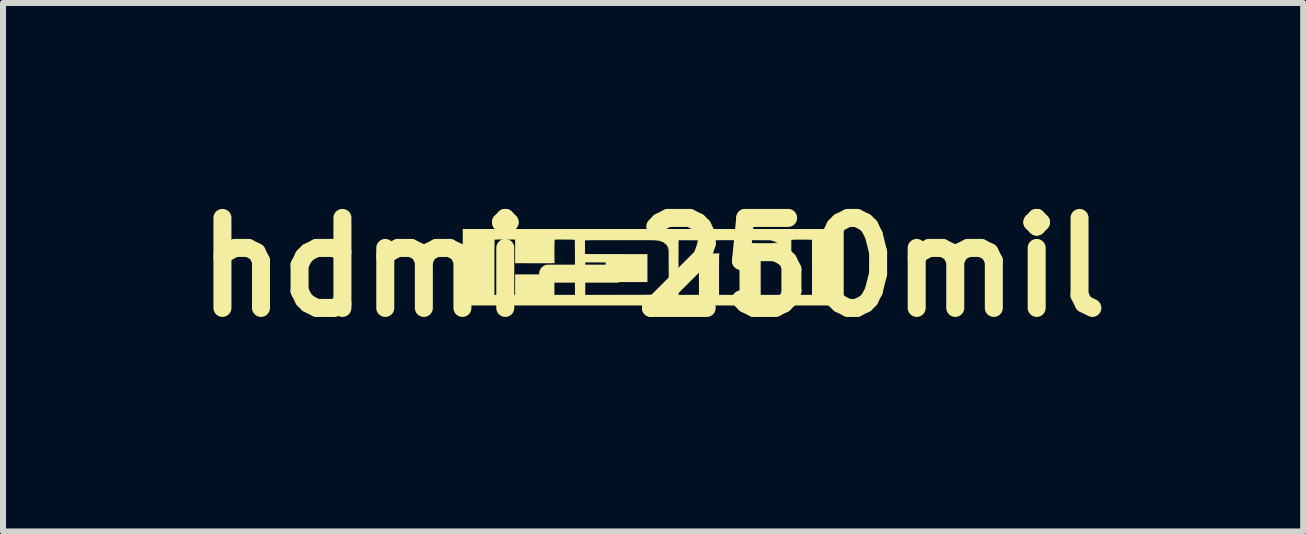
<source format=kicad_pcb>
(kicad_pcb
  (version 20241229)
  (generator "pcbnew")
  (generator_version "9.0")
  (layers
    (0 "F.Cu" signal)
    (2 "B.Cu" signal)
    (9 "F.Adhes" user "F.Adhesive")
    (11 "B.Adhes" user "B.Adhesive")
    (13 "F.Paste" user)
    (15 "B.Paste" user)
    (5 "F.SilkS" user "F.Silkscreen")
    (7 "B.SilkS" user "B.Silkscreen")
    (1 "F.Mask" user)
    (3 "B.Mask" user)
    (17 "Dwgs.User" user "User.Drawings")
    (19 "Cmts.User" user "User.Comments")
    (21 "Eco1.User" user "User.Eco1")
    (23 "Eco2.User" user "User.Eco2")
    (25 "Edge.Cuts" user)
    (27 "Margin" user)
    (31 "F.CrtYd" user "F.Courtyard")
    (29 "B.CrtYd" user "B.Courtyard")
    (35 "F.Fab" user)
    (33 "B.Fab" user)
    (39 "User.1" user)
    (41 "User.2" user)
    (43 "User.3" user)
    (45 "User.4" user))
  (footprint "hdmi-250mil"
    (layer "F.Cu")
    (at 7.836 1.404)
    (property "Reference" "hdmi-250mil" (at 0 0 0) (layer "F.SilkS") (effects (font (size 1.5 1.5) (thickness 0.3))))
    (attr board_only exclude_from_pos_files exclude_from_bom)
    (fp_poly (pts (xy -2.638 -0.456) (xy -2.64 -0.454) (xy -2.641 -0.456) (xy -2.64 -0.458)) (stroke (width 0) (type solid)) (fill yes) (layer "F.SilkS"))
    (fp_poly (pts (xy -1.641 0.097) (xy -1.643 0.099) (xy -1.645 0.097) (xy -1.643 0.095)) (stroke (width 0) (type solid)) (fill yes) (layer "F.SilkS"))
    (fp_poly (pts (xy -1.634 0.104) (xy -1.636 0.106) (xy -1.638 0.104) (xy -1.636 0.102)) (stroke (width 0) (type solid)) (fill yes) (layer "F.SilkS"))
    (fp_poly (pts (xy -1.631 -0.449) (xy -1.632 -0.447) (xy -1.634 -0.449) (xy -1.632 -0.451)) (stroke (width 0) (type solid)) (fill yes) (layer "F.SilkS"))
    (fp_poly (pts (xy -1.627 0.1) (xy -1.629 0.102) (xy -1.631 0.1) (xy -1.629 0.099)) (stroke (width 0) (type solid)) (fill yes) (layer "F.SilkS"))
    (fp_poly (pts (xy -1.627 0.118) (xy -1.629 0.12) (xy -1.631 0.118) (xy -1.629 0.116)) (stroke (width 0) (type solid)) (fill yes) (layer "F.SilkS"))
    (fp_poly (pts (xy -1.131 -0.446) (xy -1.132 -0.444) (xy -1.134 -0.446) (xy -1.132 -0.447)) (stroke (width 0) (type solid)) (fill yes) (layer "F.SilkS"))
    (fp_poly (pts (xy -1.131 -0.224) (xy -1.132 -0.222) (xy -1.134 -0.224) (xy -1.132 -0.225)) (stroke (width 0) (type solid)) (fill yes) (layer "F.SilkS"))
    (fp_poly (pts (xy -1.127 -0.234) (xy -1.129 -0.232) (xy -1.131 -0.234) (xy -1.129 -0.236)) (stroke (width 0) (type solid)) (fill yes) (layer "F.SilkS"))
    (fp_poly (pts (xy -1.123 -0.227) (xy -1.125 -0.225) (xy -1.127 -0.227) (xy -1.125 -0.229)) (stroke (width 0) (type solid)) (fill yes) (layer "F.SilkS"))
    (fp_poly (pts (xy -1.123 -0.076) (xy -1.125 -0.074) (xy -1.127 -0.076) (xy -1.125 -0.077)) (stroke (width 0) (type solid)) (fill yes) (layer "F.SilkS"))
    (fp_poly (pts (xy -1.12 -0.238) (xy -1.122 -0.236) (xy -1.123 -0.238) (xy -1.122 -0.239)) (stroke (width 0) (type solid)) (fill yes) (layer "F.SilkS"))
    (fp_poly (pts (xy -0.796 0.255) (xy -0.798 0.257) (xy -0.799 0.255) (xy -0.798 0.254)) (stroke (width 0) (type solid)) (fill yes) (layer "F.SilkS"))
    (fp_poly (pts (xy -0.099 0.262) (xy -0.1 0.264) (xy -0.102 0.262) (xy -0.1 0.261)) (stroke (width 0) (type solid)) (fill yes) (layer "F.SilkS"))
    (fp_poly (pts (xy -0.095 0.255) (xy -0.097 0.257) (xy -0.099 0.255) (xy -0.097 0.254)) (stroke (width 0) (type solid)) (fill yes) (layer "F.SilkS"))
    (fp_poly (pts (xy -0.088 -0.227) (xy -0.09 -0.225) (xy -0.092 -0.227) (xy -0.09 -0.229)) (stroke (width 0) (type solid)) (fill yes) (layer "F.SilkS"))
    (fp_poly (pts (xy -0.088 0.241) (xy -0.09 0.243) (xy -0.092 0.241) (xy -0.09 0.239)) (stroke (width 0) (type solid)) (fill yes) (layer "F.SilkS"))
    (fp_poly (pts (xy -0.085 -0.234) (xy -0.086 -0.232) (xy -0.088 -0.234) (xy -0.086 -0.236)) (stroke (width 0) (type solid)) (fill yes) (layer "F.SilkS"))
    (fp_poly (pts (xy -0.085 0.252) (xy -0.086 0.254) (xy -0.088 0.252) (xy -0.086 0.25)) (stroke (width 0) (type solid)) (fill yes) (layer "F.SilkS"))
    (fp_poly (pts (xy 0.046 -0.446) (xy 0.044 -0.444) (xy 0.042 -0.446) (xy 0.044 -0.447)) (stroke (width 0) (type solid)) (fill yes) (layer "F.SilkS"))
    (fp_poly (pts (xy 0.053 -0.442) (xy 0.051 -0.44) (xy 0.049 -0.442) (xy 0.051 -0.444)) (stroke (width 0) (type solid)) (fill yes) (layer "F.SilkS"))
    (fp_poly (pts (xy 0.102 -0.428) (xy 0.1 -0.426) (xy 0.099 -0.428) (xy 0.1 -0.43)) (stroke (width 0) (type solid)) (fill yes) (layer "F.SilkS"))
    (fp_poly (pts (xy 0.102 -0.414) (xy 0.1 -0.412) (xy 0.099 -0.414) (xy 0.1 -0.416)) (stroke (width 0) (type solid)) (fill yes) (layer "F.SilkS"))
    (fp_poly (pts (xy 0.102 0.438) (xy 0.1 0.44) (xy 0.099 0.438) (xy 0.1 0.437)) (stroke (width 0) (type solid)) (fill yes) (layer "F.SilkS"))
    (fp_poly (pts (xy 0.109 -0.414) (xy 0.107 -0.412) (xy 0.106 -0.414) (xy 0.107 -0.416)) (stroke (width 0) (type solid)) (fill yes) (layer "F.SilkS"))
    (fp_poly (pts (xy 0.116 0.442) (xy 0.114 0.444) (xy 0.113 0.442) (xy 0.114 0.44)) (stroke (width 0) (type solid)) (fill yes) (layer "F.SilkS"))
    (fp_poly (pts (xy 0.12 0.435) (xy 0.118 0.437) (xy 0.116 0.435) (xy 0.118 0.433)) (stroke (width 0) (type solid)) (fill yes) (layer "F.SilkS"))
    (fp_poly (pts (xy 0.13 -0.424) (xy 0.129 -0.423) (xy 0.127 -0.424) (xy 0.129 -0.426)) (stroke (width 0) (type solid)) (fill yes) (layer "F.SilkS"))
    (fp_poly (pts (xy 0.13 0.442) (xy 0.129 0.444) (xy 0.127 0.442) (xy 0.129 0.44)) (stroke (width 0) (type solid)) (fill yes) (layer "F.SilkS"))
    (fp_poly (pts (xy 0.134 0.435) (xy 0.132 0.437) (xy 0.13 0.435) (xy 0.132 0.433)) (stroke (width 0) (type solid)) (fill yes) (layer "F.SilkS"))
    (fp_poly (pts (xy 0.137 0.442) (xy 0.136 0.444) (xy 0.134 0.442) (xy 0.136 0.44)) (stroke (width 0) (type solid)) (fill yes) (layer "F.SilkS"))
    (fp_poly (pts (xy 0.144 -0.424) (xy 0.143 -0.423) (xy 0.141 -0.424) (xy 0.143 -0.426)) (stroke (width 0) (type solid)) (fill yes) (layer "F.SilkS"))
    (fp_poly (pts (xy 0.18 0.414) (xy 0.178 0.416) (xy 0.176 0.414) (xy 0.178 0.412)) (stroke (width 0) (type solid)) (fill yes) (layer "F.SilkS"))
    (fp_poly (pts (xy 0.19 0.407) (xy 0.188 0.409) (xy 0.187 0.407) (xy 0.188 0.405)) (stroke (width 0) (type solid)) (fill yes) (layer "F.SilkS"))
    (fp_poly (pts (xy 0.194 0.414) (xy 0.192 0.416) (xy 0.19 0.414) (xy 0.192 0.412)) (stroke (width 0) (type solid)) (fill yes) (layer "F.SilkS"))
    (fp_poly (pts (xy 0.211 -0.361) (xy 0.21 -0.359) (xy 0.208 -0.361) (xy 0.21 -0.363)) (stroke (width 0) (type solid)) (fill yes) (layer "F.SilkS"))
    (fp_poly (pts (xy 0.239 -0.276) (xy 0.238 -0.275) (xy 0.236 -0.276) (xy 0.238 -0.278)) (stroke (width 0) (type solid)) (fill yes) (layer "F.SilkS"))
    (fp_poly (pts (xy 0.239 0.301) (xy 0.238 0.303) (xy 0.236 0.301) (xy 0.238 0.299)) (stroke (width 0) (type solid)) (fill yes) (layer "F.SilkS"))
    (fp_poly (pts (xy 0.243 -0.298) (xy 0.241 -0.296) (xy 0.239 -0.298) (xy 0.241 -0.299)) (stroke (width 0) (type solid)) (fill yes) (layer "F.SilkS"))
    (fp_poly (pts (xy 0.247 -0.315) (xy 0.245 -0.313) (xy 0.243 -0.315) (xy 0.245 -0.317)) (stroke (width 0) (type solid)) (fill yes) (layer "F.SilkS"))
    (fp_poly (pts (xy 0.247 0.298) (xy 0.245 0.299) (xy 0.243 0.298) (xy 0.245 0.296)) (stroke (width 0) (type solid)) (fill yes) (layer "F.SilkS"))
    (fp_poly (pts (xy 0.247 0.322) (xy 0.245 0.324) (xy 0.243 0.322) (xy 0.245 0.32)) (stroke (width 0) (type solid)) (fill yes) (layer "F.SilkS"))
    (fp_poly (pts (xy 0.247 0.336) (xy 0.245 0.338) (xy 0.243 0.336) (xy 0.245 0.335)) (stroke (width 0) (type solid)) (fill yes) (layer "F.SilkS"))
    (fp_poly (pts (xy 0.25 0.329) (xy 0.248 0.331) (xy 0.247 0.329) (xy 0.248 0.328)) (stroke (width 0) (type solid)) (fill yes) (layer "F.SilkS"))
    (fp_poly (pts (xy 0.747 -0.238) (xy 0.745 -0.236) (xy 0.743 -0.238) (xy 0.745 -0.239)) (stroke (width 0) (type solid)) (fill yes) (layer "F.SilkS"))
    (fp_poly (pts (xy 0.754 -0.241) (xy 0.752 -0.239) (xy 0.75 -0.241) (xy 0.752 -0.243)) (stroke (width 0) (type solid)) (fill yes) (layer "F.SilkS"))
    (fp_poly (pts (xy 0.754 -0.234) (xy 0.752 -0.232) (xy 0.75 -0.234) (xy 0.752 -0.236)) (stroke (width 0) (type solid)) (fill yes) (layer "F.SilkS"))
    (fp_poly (pts (xy 0.761 -0.238) (xy 0.759 -0.236) (xy 0.757 -0.238) (xy 0.759 -0.239)) (stroke (width 0) (type solid)) (fill yes) (layer "F.SilkS"))
    (fp_poly (pts (xy 1.423 -0.224) (xy 1.421 -0.222) (xy 1.419 -0.224) (xy 1.421 -0.225)) (stroke (width 0) (type solid)) (fill yes) (layer "F.SilkS"))
    (fp_poly (pts (xy 1.43 -0.241) (xy 1.428 -0.239) (xy 1.426 -0.241) (xy 1.428 -0.243)) (stroke (width 0) (type solid)) (fill yes) (layer "F.SilkS"))
    (fp_poly (pts (xy 1.789 -0.238) (xy 1.787 -0.236) (xy 1.786 -0.238) (xy 1.787 -0.239)) (stroke (width 0) (type solid)) (fill yes) (layer "F.SilkS"))
    (fp_poly (pts (xy 1.789 -0.231) (xy 1.787 -0.229) (xy 1.786 -0.231) (xy 1.787 -0.232)) (stroke (width 0) (type solid)) (fill yes) (layer "F.SilkS"))
    (fp_poly (pts (xy 1.796 -0.234) (xy 1.794 -0.232) (xy 1.793 -0.234) (xy 1.794 -0.236)) (stroke (width 0) (type solid)) (fill yes) (layer "F.SilkS"))
    (fp_poly (pts (xy 1.8 -0.224) (xy 1.798 -0.222) (xy 1.796 -0.224) (xy 1.798 -0.225)) (stroke (width 0) (type solid)) (fill yes) (layer "F.SilkS"))
    (fp_poly (pts (xy 1.803 -0.241) (xy 1.801 -0.239) (xy 1.8 -0.241) (xy 1.801 -0.243)) (stroke (width 0) (type solid)) (fill yes) (layer "F.SilkS"))
    (fp_poly (pts (xy 1.99 -0.431) (xy 1.988 -0.43) (xy 1.986 -0.431) (xy 1.988 -0.433)) (stroke (width 0) (type solid)) (fill yes) (layer "F.SilkS"))
    (fp_poly (pts (xy 1.993 -0.424) (xy 1.992 -0.423) (xy 1.99 -0.424) (xy 1.992 -0.426)) (stroke (width 0) (type solid)) (fill yes) (layer "F.SilkS"))
    (fp_poly (pts (xy 2.011 -0.417) (xy 2.009 -0.416) (xy 2.007 -0.417) (xy 2.009 -0.419)) (stroke (width 0) (type solid)) (fill yes) (layer "F.SilkS"))
    (fp_poly (pts (xy 2.018 -0.417) (xy 2.016 -0.416) (xy 2.015 -0.417) (xy 2.016 -0.419)) (stroke (width 0) (type solid)) (fill yes) (layer "F.SilkS"))
    (fp_poly (pts (xy 2.036 -0.417) (xy 2.034 -0.416) (xy 2.032 -0.417) (xy 2.034 -0.419)) (stroke (width 0) (type solid)) (fill yes) (layer "F.SilkS"))
    (fp_poly (pts (xy 2.043 -0.403) (xy 2.041 -0.401) (xy 2.039 -0.403) (xy 2.041 -0.405)) (stroke (width 0) (type solid)) (fill yes) (layer "F.SilkS"))
    (fp_poly (pts (xy 2.053 -0.41) (xy 2.052 -0.409) (xy 2.05 -0.41) (xy 2.052 -0.412)) (stroke (width 0) (type solid)) (fill yes) (layer "F.SilkS"))
    (fp_poly (pts (xy 2.057 -0.4) (xy 2.055 -0.398) (xy 2.053 -0.4) (xy 2.055 -0.401)) (stroke (width 0) (type solid)) (fill yes) (layer "F.SilkS"))
    (fp_poly (pts (xy 2.06 -0.389) (xy 2.059 -0.387) (xy 2.057 -0.389) (xy 2.059 -0.391)) (stroke (width 0) (type solid)) (fill yes) (layer "F.SilkS"))
    (fp_poly (pts (xy 2.067 -0.393) (xy 2.066 -0.391) (xy 2.064 -0.393) (xy 2.066 -0.394)) (stroke (width 0) (type solid)) (fill yes) (layer "F.SilkS"))
    (fp_poly (pts (xy 2.074 -0.393) (xy 2.073 -0.391) (xy 2.071 -0.393) (xy 2.073 -0.394)) (stroke (width 0) (type solid)) (fill yes) (layer "F.SilkS"))
    (fp_poly (pts (xy 2.074 -0.368) (xy 2.073 -0.366) (xy 2.071 -0.368) (xy 2.073 -0.37)) (stroke (width 0) (type solid)) (fill yes) (layer "F.SilkS"))
    (fp_poly (pts (xy 2.081 -0.368) (xy 2.08 -0.366) (xy 2.078 -0.368) (xy 2.08 -0.37)) (stroke (width 0) (type solid)) (fill yes) (layer "F.SilkS"))
    (fp_poly (pts (xy 2.081 -0.361) (xy 2.08 -0.359) (xy 2.078 -0.361) (xy 2.08 -0.363)) (stroke (width 0) (type solid)) (fill yes) (layer "F.SilkS"))
    (fp_poly (pts (xy 2.127 -0.308) (xy 2.125 -0.306) (xy 2.124 -0.308) (xy 2.125 -0.31)) (stroke (width 0) (type solid)) (fill yes) (layer "F.SilkS"))
    (fp_poly (pts (xy 2.127 -0.301) (xy 2.125 -0.299) (xy 2.124 -0.301) (xy 2.125 -0.303)) (stroke (width 0) (type solid)) (fill yes) (layer "F.SilkS"))
    (fp_poly (pts (xy 2.131 -0.284) (xy 2.129 -0.282) (xy 2.127 -0.284) (xy 2.129 -0.285)) (stroke (width 0) (type solid)) (fill yes) (layer "F.SilkS"))
    (fp_poly (pts (xy 2.131 -0.276) (xy 2.129 -0.275) (xy 2.127 -0.276) (xy 2.129 -0.278)) (stroke (width 0) (type solid)) (fill yes) (layer "F.SilkS"))
    (fp_poly (pts (xy 2.314 -0.442) (xy 2.312 -0.44) (xy 2.31 -0.442) (xy 2.312 -0.444)) (stroke (width 0) (type solid)) (fill yes) (layer "F.SilkS"))
    (fp_poly (pts (xy 2.641 -0.442) (xy 2.64 -0.44) (xy 2.638 -0.442) (xy 2.64 -0.444)) (stroke (width 0) (type solid)) (fill yes) (layer "F.SilkS"))
    (fp_poly (pts (xy -1.642 0.107) (xy -1.642 0.111) (xy -1.642 0.112) (xy -1.644 0.111) (xy -1.645 0.109) (xy -1.643 0.106)) (stroke (width 0) (type solid)) (fill yes) (layer "F.SilkS"))
    (fp_poly (pts (xy -0.079 -0.228) (xy -0.079 -0.226) (xy -0.081 -0.225) (xy -0.084 -0.227) (xy -0.083 -0.228) (xy -0.079 -0.228)) (stroke (width 0) (type solid)) (fill yes) (layer "F.SilkS"))
    (fp_poly (pts (xy 0.133 -0.418) (xy 0.132 -0.416) (xy 0.13 -0.416) (xy 0.127 -0.417) (xy 0.128 -0.418) (xy 0.132 -0.418)) (stroke (width 0) (type solid)) (fill yes) (layer "F.SilkS"))
    (fp_poly (pts (xy 0.242 0.308) (xy 0.241 0.31) (xy 0.239 0.31) (xy 0.237 0.309) (xy 0.237 0.308) (xy 0.241 0.307)) (stroke (width 0) (type solid)) (fill yes) (layer "F.SilkS"))
    (fp_poly (pts (xy 0.428 -0.446) (xy 0.429 -0.442) (xy 0.428 -0.441) (xy 0.426 -0.442) (xy 0.426 -0.444) (xy 0.427 -0.447)) (stroke (width 0) (type solid)) (fill yes) (layer "F.SilkS"))
    (fp_poly (pts (xy 1.992 -0.418) (xy 1.993 -0.414) (xy 1.992 -0.413) (xy 1.99 -0.414) (xy 1.99 -0.416) (xy 1.991 -0.418)) (stroke (width 0) (type solid)) (fill yes) (layer "F.SilkS"))
    (fp_poly (pts (xy 2.063 -0.404) (xy 2.063 -0.4) (xy 2.063 -0.399) (xy 2.061 -0.4) (xy 2.06 -0.401) (xy 2.062 -0.404)) (stroke (width 0) (type solid)) (fill yes) (layer "F.SilkS"))
    (fp_poly (pts (xy -1.638 0.118) (xy -1.634 0.121) (xy -1.635 0.123) (xy -1.636 0.123) (xy -1.639 0.121) (xy -1.64 0.119) (xy -1.64 0.117)) (stroke (width 0) (type solid)) (fill yes) (layer "F.SilkS"))
    (fp_poly (pts (xy -1.628 -0.069) (xy -1.624 -0.065) (xy -1.625 -0.063) (xy -1.625 -0.063) (xy -1.628 -0.066) (xy -1.629 -0.067) (xy -1.63 -0.07)) (stroke (width 0) (type solid)) (fill yes) (layer "F.SilkS"))
    (fp_poly (pts (xy -1.628 0.107) (xy -1.624 0.111) (xy -1.625 0.113) (xy -1.625 0.113) (xy -1.628 0.11) (xy -1.629 0.109) (xy -1.63 0.106)) (stroke (width 0) (type solid)) (fill yes) (layer "F.SilkS"))
    (fp_poly (pts (xy -0.804 0.259) (xy -0.8 0.262) (xy -0.801 0.264) (xy -0.801 0.264) (xy -0.804 0.262) (xy -0.805 0.26) (xy -0.806 0.258)) (stroke (width 0) (type solid)) (fill yes) (layer "F.SilkS"))
    (fp_poly (pts (xy 0.109 -0.434) (xy 0.11 -0.43) (xy 0.111 -0.424) (xy 0.109 -0.423) (xy 0.107 -0.428) (xy 0.106 -0.434) (xy 0.107 -0.435)) (stroke (width 0) (type solid)) (fill yes) (layer "F.SilkS"))
    (fp_poly (pts (xy 0.212 -0.378) (xy 0.213 -0.374) (xy 0.213 -0.373) (xy 0.21 -0.37) (xy 0.209 -0.374) (xy 0.209 -0.375) (xy 0.211 -0.378)) (stroke (width 0) (type solid)) (fill yes) (layer "F.SilkS"))
    (fp_poly (pts (xy 0.218 0.378) (xy 0.222 0.382) (xy 0.222 0.382) (xy 0.22 0.384) (xy 0.217 0.381) (xy 0.216 0.38) (xy 0.216 0.377)) (stroke (width 0) (type solid)) (fill yes) (layer "F.SilkS"))
    (fp_poly (pts (xy 0.746 -0.224) (xy 0.75 -0.221) (xy 0.75 -0.22) (xy 0.748 -0.218) (xy 0.745 -0.222) (xy 0.745 -0.222) (xy 0.744 -0.225)) (stroke (width 0) (type solid)) (fill yes) (layer "F.SilkS"))
    (fp_poly (pts (xy 1.087 -0.24) (xy 1.087 -0.238) (xy 1.086 -0.233) (xy 1.084 -0.235) (xy 1.083 -0.236) (xy 1.083 -0.24) (xy 1.084 -0.241)) (stroke (width 0) (type solid)) (fill yes) (layer "F.SilkS"))
    (fp_poly (pts (xy 1.436 -0.242) (xy 1.44 -0.238) (xy 1.44 -0.238) (xy 1.439 -0.236) (xy 1.435 -0.239) (xy 1.435 -0.24) (xy 1.434 -0.242)) (stroke (width 0) (type solid)) (fill yes) (layer "F.SilkS"))
    (fp_poly (pts (xy 1.81 -0.224) (xy 1.813 -0.221) (xy 1.814 -0.22) (xy 1.812 -0.218) (xy 1.809 -0.222) (xy 1.808 -0.222) (xy 1.808 -0.225)) (stroke (width 0) (type solid)) (fill yes) (layer "F.SilkS"))
    (fp_poly (pts (xy 2.074 -0.379) (xy 2.078 -0.376) (xy 2.078 -0.375) (xy 2.076 -0.373) (xy 2.073 -0.377) (xy 2.072 -0.377) (xy 2.072 -0.38)) (stroke (width 0) (type solid)) (fill yes) (layer "F.SilkS"))
    (fp_poly (pts (xy 2.084 -0.375) (xy 2.088 -0.372) (xy 2.088 -0.371) (xy 2.087 -0.37) (xy 2.083 -0.373) (xy 2.083 -0.374) (xy 2.082 -0.376)) (stroke (width 0) (type solid)) (fill yes) (layer "F.SilkS"))
    (fp_poly (pts (xy 2.088 -0.365) (xy 2.092 -0.362) (xy 2.092 -0.361) (xy 2.09 -0.359) (xy 2.087 -0.363) (xy 2.086 -0.363) (xy 2.086 -0.366)) (stroke (width 0) (type solid)) (fill yes) (layer "F.SilkS"))
    (fp_poly (pts (xy -0.795 0.24) (xy -0.798 0.243) (xy -0.803 0.249) (xy -0.806 0.249) (xy -0.804 0.245) (xy -0.8 0.239) (xy -0.797 0.238) (xy -0.793 0.237)) (stroke (width 0) (type solid)) (fill yes) (layer "F.SilkS"))
    (fp_poly (pts (xy -0.78 0.255) (xy -0.785 0.261) (xy -0.788 0.262) (xy -0.791 0.263) (xy -0.79 0.26) (xy -0.787 0.257) (xy -0.781 0.251) (xy -0.779 0.251)) (stroke (width 0) (type solid)) (fill yes) (layer "F.SilkS"))
    (fp_poly (pts (xy -0.093 -0.234) (xy -0.095 -0.232) (xy -0.1 -0.226) (xy -0.102 -0.226) (xy -0.102 -0.227) (xy -0.1 -0.23) (xy -0.096 -0.233) (xy -0.092 -0.236)) (stroke (width 0) (type solid)) (fill yes) (layer "F.SilkS"))
    (fp_poly (pts (xy -0.079 0.238) (xy -0.079 0.239) (xy -0.083 0.243) (xy -0.083 0.243) (xy -0.083 0.241) (xy -0.083 0.239) (xy -0.079 0.236) (xy -0.079 0.236)) (stroke (width 0) (type solid)) (fill yes) (layer "F.SilkS"))
    (fp_poly (pts (xy -0.075 0.249) (xy -0.076 0.25) (xy -0.079 0.253) (xy -0.08 0.254) (xy -0.08 0.251) (xy -0.079 0.25) (xy -0.076 0.247) (xy -0.075 0.247)) (stroke (width 0) (type solid)) (fill yes) (layer "F.SilkS"))
    (fp_poly (pts (xy 0.115 0.45) (xy 0.114 0.451) (xy 0.111 0.454) (xy 0.111 0.454) (xy 0.11 0.452) (xy 0.111 0.451) (xy 0.114 0.447) (xy 0.115 0.447)) (stroke (width 0) (type solid)) (fill yes) (layer "F.SilkS"))
    (fp_poly (pts (xy 0.164 0.41) (xy 0.162 0.413) (xy 0.157 0.418) (xy 0.155 0.418) (xy 0.155 0.418) (xy 0.157 0.415) (xy 0.161 0.412) (xy 0.165 0.409)) (stroke (width 0) (type solid)) (fill yes) (layer "F.SilkS"))
    (fp_poly (pts (xy 0.188 -0.399) (xy 0.188 -0.397) (xy 0.185 -0.395) (xy 0.185 -0.394) (xy 0.182 -0.397) (xy 0.182 -0.397) (xy 0.183 -0.4) (xy 0.185 -0.4)) (stroke (width 0) (type solid)) (fill yes) (layer "F.SilkS"))
    (fp_poly (pts (xy 0.221 -0.371) (xy 0.22 -0.37) (xy 0.217 -0.366) (xy 0.216 -0.366) (xy 0.216 -0.369) (xy 0.217 -0.37) (xy 0.22 -0.373) (xy 0.221 -0.373)) (stroke (width 0) (type solid)) (fill yes) (layer "F.SilkS"))
    (fp_poly (pts (xy 0.242 -0.311) (xy 0.246 -0.309) (xy 0.247 -0.308) (xy 0.244 -0.306) (xy 0.242 -0.305) (xy 0.238 -0.306) (xy 0.237 -0.308) (xy 0.24 -0.311)) (stroke (width 0) (type solid)) (fill yes) (layer "F.SilkS"))
    (fp_poly (pts (xy 0.242 0.33) (xy 0.241 0.331) (xy 0.238 0.334) (xy 0.237 0.335) (xy 0.237 0.332) (xy 0.238 0.331) (xy 0.241 0.328) (xy 0.242 0.328)) (stroke (width 0) (type solid)) (fill yes) (layer "F.SilkS"))
    (fp_poly (pts (xy 1.101 -0.241) (xy 1.101 -0.239) (xy 1.097 -0.236) (xy 1.097 -0.236) (xy 1.096 -0.238) (xy 1.097 -0.239) (xy 1.1 -0.243) (xy 1.101 -0.243)) (stroke (width 0) (type solid)) (fill yes) (layer "F.SilkS"))
    (fp_poly (pts (xy 1.803 -0.234) (xy 1.807 -0.231) (xy 1.807 -0.23) (xy 1.804 -0.229) (xy 1.803 -0.229) (xy 1.8 -0.232) (xy 1.8 -0.233) (xy 1.802 -0.235)) (stroke (width 0) (type solid)) (fill yes) (layer "F.SilkS"))
    (fp_poly (pts (xy 2.052 -0.39) (xy 2.052 -0.389) (xy 2.052 -0.384) (xy 2.051 -0.384) (xy 2.049 -0.386) (xy 2.047 -0.389) (xy 2.045 -0.392) (xy 2.047 -0.393)) (stroke (width 0) (type solid)) (fill yes) (layer "F.SilkS"))
    (fp_poly (pts (xy 2.101 -0.339) (xy 2.101 -0.338) (xy 2.097 -0.335) (xy 2.097 -0.335) (xy 2.097 -0.337) (xy 2.097 -0.338) (xy 2.101 -0.341) (xy 2.101 -0.342)) (stroke (width 0) (type solid)) (fill yes) (layer "F.SilkS"))
    (fp_poly (pts (xy 2.105 -0.35) (xy 2.104 -0.349) (xy 2.101 -0.345) (xy 2.1 -0.345) (xy 2.1 -0.347) (xy 2.101 -0.349) (xy 2.104 -0.352) (xy 2.105 -0.352)) (stroke (width 0) (type solid)) (fill yes) (layer "F.SilkS"))
    (fp_poly (pts (xy 2.112 -0.333) (xy 2.112 -0.332) (xy 2.106 -0.329) (xy 2.104 -0.329) (xy 2.1 -0.329) (xy 2.101 -0.33) (xy 2.106 -0.333) (xy 2.108 -0.333)) (stroke (width 0) (type solid)) (fill yes) (layer "F.SilkS"))
    (fp_poly (pts (xy 0.179 0.42) (xy 0.179 0.422) (xy 0.174 0.427) (xy 0.174 0.427) (xy 0.168 0.431) (xy 0.166 0.431) (xy 0.166 0.431) (xy 0.168 0.427) (xy 0.173 0.422) (xy 0.178 0.42)) (stroke (width 0) (type solid)) (fill yes) (layer "F.SilkS"))
    (fp_poly (pts (xy 0.252 -0.292) (xy 0.253 -0.289) (xy 0.252 -0.29) (xy 0.247 -0.29) (xy 0.244 -0.288) (xy 0.24 -0.286) (xy 0.239 -0.286) (xy 0.242 -0.29) (xy 0.244 -0.292) (xy 0.249 -0.294)) (stroke (width 0) (type solid)) (fill yes) (layer "F.SilkS"))
    (fp_poly (pts (xy -1.644 -0.055) (xy -1.64 -0.051) (xy -1.637 -0.052) (xy -1.635 -0.052) (xy -1.636 -0.05) (xy -1.638 -0.046) (xy -1.642 -0.048) (xy -1.644 -0.05) (xy -1.648 -0.056) (xy -1.648 -0.058) (xy -1.647 -0.058)) (stroke (width 0) (type solid)) (fill yes) (layer "F.SilkS"))
    (fp_poly (pts (xy 3.177 0) (xy 3.177 0.637) (xy 0.002 0.637) (xy -3.173 0.637) (xy -3.173 0.461) (xy -2.645 0.461) (xy -2.472 0.461) (xy -2.3 0.461) (xy -2.3 0.291) (xy -2.3 0.12) (xy -1.972 0.119) (xy -1.645 0.118) (xy -1.645 0.29) (xy -1.645 0.461) (xy -1.474 0.461) (xy -1.303 0.461) (xy -1.303 0) (xy -1.303 -0.074) (xy -1.303 -0.141) (xy -1.303 -0.201) (xy -1.303 -0.22) (xy -1.136 -0.22) (xy -0.615 -0.219) (xy -0.095 -0.218) (xy -0.095 0.014) (xy -0.095 0.247) (xy -0.44 0.247) (xy -0.489 0.247) (xy -0.536 0.246) (xy -0.58 0.246) (xy -0.621 0.246) (xy -0.659 0.246) (xy -0.693 0.246) (xy -0.722 0.246) (xy -0.747 0.246) (xy -0.766 0.246) (xy -0.779 0.246) (xy -0.786 0.246) (xy -0.787 0.246) (xy -0.788 0.242) (xy -0.788 0.232) (xy -0.788 0.217) (xy -0.789 0.196) (xy -0.789 0.171) (xy -0.789 0.143) (xy -0.79 0.112) (xy -0.79 0.083) (xy -0.791 -0.079) (xy -0.961 -0.08) (xy -1.131 -0.081) (xy -1.131 0.19) (xy -1.131 0.461) (xy -1.107 0.461) (xy 0.423 0.461) (xy 0.593 0.461) (xy 0.764 0.461) (xy 0.763 0.119) (xy 0.763 0.062) (xy 0.763 0.011) (xy 0.763 -0.033) (xy 0.763 -0.072) (xy 0.762 -0.105) (xy 0.762 -0.133) (xy 0.762 -0.156) (xy 0.762 -0.175) (xy 0.761 -0.19) (xy 0.761 -0.202) (xy 0.76 -0.211) (xy 0.76 -0.217) (xy 0.759 -0.22) (xy 0.758 -0.222) (xy 0.757 -0.223) (xy 0.754 -0.223) (xy 0.756 -0.225) (xy 0.759 -0.226) (xy 0.761 -0.226) (xy 0.762 -0.225) (xy 0.764 -0.227) (xy 0.768 -0.227) (xy 0.782 -0.228) (xy 0.802 -0.228) (xy 0.829 -0.229) (xy 0.861 -0.229) (xy 0.9 -0.229) (xy 0.928 -0.229) (xy 0.973 -0.229) (xy 1.011 -0.229) (xy 1.042 -0.23) (xy 1.066 -0.23) (xy 1.084 -0.231) (xy 1.096 -0.231) (xy 1.101 -0.232) (xy 1.101 -0.233) (xy 1.106 -0.234) (xy 1.109 -0.231) (xy 1.108 -0.227) (xy 1.108 -0.226) (xy 1.106 -0.227) (xy 1.106 -0.229) (xy 1.104 -0.231) (xy 1.102 -0.231) (xy 1.102 -0.227) (xy 1.101 -0.216) (xy 1.101 -0.198) (xy 1.1 -0.174) (xy 1.1 -0.144) (xy 1.1 -0.107) (xy 1.099 -0.063) (xy 1.099 -0.014) (xy 1.099 0.041) (xy 1.099 0.102) (xy 1.099 0.116) (xy 1.099 0.461) (xy 1.27 0.461) (xy 1.44 0.461) (xy 1.44 0.121) (xy 1.439 0.064) (xy 1.439 0.014) (xy 1.439 -0.03) (xy 1.439 -0.067) (xy 1.439 -0.1) (xy 1.439 -0.127) (xy 1.438 -0.15) (xy 1.438 -0.169) (xy 1.438 -0.184) (xy 1.437 -0.196) (xy 1.437 -0.205) (xy 1.436 -0.211) (xy 1.435 -0.215) (xy 1.435 -0.218) (xy 1.434 -0.219) (xy 1.433 -0.219) (xy 1.432 -0.219) (xy 1.427 -0.219) (xy 1.429 -0.221) (xy 1.431 -0.226) (xy 1.431 -0.23) (xy 1.432 -0.234) (xy 1.434 -0.234) (xy 1.436 -0.23) (xy 1.435 -0.229) (xy 1.436 -0.225) (xy 1.437 -0.224) (xy 1.44 -0.223) (xy 1.44 -0.224) (xy 1.444 -0.225) (xy 1.454 -0.225) (xy 1.469 -0.226) (xy 1.49 -0.226) (xy 1.515 -0.226) (xy 1.543 -0.226) (xy 1.575 -0.226) (xy 1.609 -0.226) (xy 1.617 -0.226) (xy 1.793 -0.225) (xy 1.793 0.118) (xy 1.793 0.461) (xy 1.965 0.461) (xy 2.138 0.461) (xy 2.303 0.461) (xy 2.476 0.461) (xy 2.648 0.461) (xy 2.648 0.004) (xy 2.648 -0.454) (xy 2.64 -0.453) (xy 2.634 -0.453) (xy 2.632 -0.456) (xy 2.63 -0.457) (xy 2.623 -0.458) (xy 2.611 -0.458) (xy 2.593 -0.459) (xy 2.569 -0.459) (xy 2.54 -0.459) (xy 2.503 -0.46) (xy 2.476 -0.46) (xy 2.435 -0.46) (xy 2.401 -0.459) (xy 2.374 -0.459) (xy 2.352 -0.459) (xy 2.336 -0.458) (xy 2.326 -0.457) (xy 2.321 -0.456) (xy 2.32 -0.456) (xy 2.318 -0.453) (xy 2.312 -0.453) (xy 2.303 -0.454) (xy 2.303 0.004) (xy 2.303 0.461) (xy 2.138 0.461) (xy 2.138 0.09) (xy 2.138 -0.282) (xy 2.13 -0.289) (xy 2.126 -0.294) (xy 2.126 -0.296) (xy 2.129 -0.295) (xy 2.133 -0.294) (xy 2.134 -0.297) (xy 2.133 -0.305) (xy 2.133 -0.305) (xy 2.129 -0.321) (xy 2.124 -0.333) (xy 2.119 -0.341) (xy 2.114 -0.344) (xy 2.114 -0.344) (xy 2.111 -0.343) (xy 2.112 -0.346) (xy 2.113 -0.347) (xy 2.115 -0.351) (xy 2.114 -0.352) (xy 2.11 -0.355) (xy 2.11 -0.357) (xy 2.107 -0.363) (xy 2.106 -0.365) (xy 2.103 -0.365) (xy 2.104 -0.364) (xy 2.103 -0.361) (xy 2.101 -0.36) (xy 2.098 -0.362) (xy 2.099 -0.366) (xy 2.1 -0.372) (xy 2.095 -0.379) (xy 2.092 -0.382) (xy 2.086 -0.387) (xy 2.081 -0.389) (xy 2.08 -0.388) (xy 2.078 -0.388) (xy 2.079 -0.39) (xy 2.077 -0.394) (xy 2.071 -0.4) (xy 2.06 -0.409) (xy 2.058 -0.41) (xy 2.045 -0.418) (xy 2.037 -0.422) (xy 2.032 -0.423) (xy 2.03 -0.422) (xy 2.026 -0.42) (xy 2.027 -0.423) (xy 2.025 -0.427) (xy 2.019 -0.431) (xy 2.011 -0.435) (xy 2.002 -0.436) (xy 1.997 -0.435) (xy 1.993 -0.436) (xy 1.991 -0.438) (xy 1.991 -0.438) (xy 1.993 -0.438) (xy 1.995 -0.437) (xy 1.997 -0.438) (xy 1.995 -0.44) (xy 1.993 -0.438) (xy 1.991 -0.438) (xy 1.988 -0.443) (xy 1.986 -0.444) (xy 1.984 -0.441) (xy 1.985 -0.439) (xy 1.985 -0.438) (xy 1.981 -0.441) (xy 1.974 -0.445) (xy 1.97 -0.444) (xy 1.969 -0.443) (xy 1.966 -0.44) (xy 1.967 -0.443) (xy 1.967 -0.443) (xy 1.966 -0.447) (xy 1.963 -0.448) (xy 1.949 -0.449) (xy 1.941 -0.449) (xy 1.936 -0.448) (xy 1.935 -0.447) (xy 1.931 -0.446) (xy 1.928 -0.447) (xy 1.925 -0.448) (xy 1.916 -0.448) (xy 1.901 -0.448) (xy 1.881 -0.449) (xy 1.856 -0.449) (xy 1.93 -0.449) (xy 1.932 -0.447) (xy 1.934 -0.449) (xy 1.932 -0.451) (xy 1.93 -0.449) (xy 1.856 -0.449) (xy 1.854 -0.449) (xy 1.822 -0.449) (xy 1.783 -0.45) (xy 1.738 -0.45) (xy 1.687 -0.45) (xy 1.629 -0.45) (xy 1.565 -0.45) (xy 1.494 -0.45) (xy 1.417 -0.45) (xy 1.332 -0.45) (xy 1.241 -0.45) (xy 1.174 -0.45) (xy 0.424 -0.449) (xy 0.423 0.006) (xy 0.423 0.461) (xy -1.107 0.461) (xy -0.517 0.46) (xy -0.451 0.46) (xy -0.388 0.46) (xy -0.326 0.46) (xy -0.267 0.46) (xy -0.211 0.46) (xy -0.159 0.459) (xy -0.109 0.459) (xy -0.064 0.459) (xy -0.023 0.459) (xy 0.013 0.458) (xy 0.044 0.458) (xy 0.069 0.458) (xy 0.089 0.458) (xy 0.102 0.458) (xy 0.109 0.457) (xy 0.11 0.457) (xy 0.12 0.455) (xy 0.128 0.451) (xy 0.129 0.451) (xy 0.134 0.448) (xy 0.137 0.449) (xy 0.141 0.449) (xy 0.141 0.448) (xy 0.144 0.445) (xy 0.147 0.445) (xy 0.152 0.444) (xy 0.152 0.441) (xy 0.153 0.438) (xy 0.155 0.438) (xy 0.157 0.44) (xy 0.158 0.438) (xy 0.157 0.437) (xy 0.155 0.438) (xy 0.153 0.438) (xy 0.154 0.436) (xy 0.158 0.433) (xy 0.161 0.43) (xy 0.161 0.432) (xy 0.16 0.437) (xy 0.163 0.438) (xy 0.168 0.436) (xy 0.171 0.434) (xy 0.177 0.429) (xy 0.18 0.428) (xy 0.184 0.427) (xy 0.19 0.422) (xy 0.198 0.415) (xy 0.205 0.407) (xy 0.21 0.401) (xy 0.211 0.398) (xy 0.213 0.395) (xy 0.213 0.395) (xy 0.217 0.395) (xy 0.222 0.391) (xy 0.226 0.386) (xy 0.227 0.381) (xy 0.227 0.38) (xy 0.226 0.377) (xy 0.228 0.378) (xy 0.232 0.377) (xy 0.237 0.371) (xy 0.241 0.363) (xy 0.244 0.354) (xy 0.245 0.347) (xy 0.245 0.346) (xy 0.245 0.343) (xy 0.246 0.343) (xy 0.25 0.342) (xy 0.252 0.337) (xy 0.254 0.329) (xy 0.254 0.323) (xy 0.252 0.32) (xy 0.251 0.318) (xy 0.252 0.318) (xy 0.255 0.317) (xy 0.256 0.313) (xy 0.256 0.308) (xy 0.252 0.309) (xy 0.251 0.31) (xy 0.249 0.311) (xy 0.251 0.307) (xy 0.254 0.305) (xy 0.258 0.299) (xy 0.258 0.297) (xy 0.257 0.298) (xy 0.254 0.299) (xy 0.255 0.296) (xy 0.256 0.295) (xy 0.257 0.293) (xy 0.258 0.288) (xy 0.258 0.28) (xy 0.259 0.269) (xy 0.259 0.253) (xy 0.26 0.234) (xy 0.26 0.21) (xy 0.26 0.181) (xy 0.26 0.146) (xy 0.26 0.106) (xy 0.26 0.059) (xy 0.259 0.006) (xy 0.259 -0.002) (xy 0.259 -0.047) (xy 0.259 -0.09) (xy 0.259 -0.13) (xy 0.258 -0.168) (xy 0.258 -0.202) (xy 0.258 -0.231) (xy 0.258 -0.256) (xy 0.258 -0.276) (xy 0.258 -0.291) (xy 0.257 -0.299) (xy 0.257 -0.3) (xy 0.255 -0.306) (xy 0.254 -0.308) (xy 0.252 -0.313) (xy 0.252 -0.315) (xy 0.252 -0.321) (xy 0.25 -0.322) (xy 0.248 -0.327) (xy 0.249 -0.329) (xy 0.25 -0.331) (xy 0.246 -0.329) (xy 0.242 -0.326) (xy 0.241 -0.33) (xy 0.241 -0.331) (xy 0.242 -0.335) (xy 0.244 -0.336) (xy 0.245 -0.337) (xy 0.242 -0.343) (xy 0.239 -0.349) (xy 0.233 -0.358) (xy 0.228 -0.363) (xy 0.226 -0.364) (xy 0.223 -0.365) (xy 0.224 -0.367) (xy 0.222 -0.372) (xy 0.217 -0.379) (xy 0.21 -0.386) (xy 0.202 -0.392) (xy 0.196 -0.393) (xy 0.196 -0.393) (xy 0.192 -0.393) (xy 0.192 -0.396) (xy 0.191 -0.4) (xy 0.184 -0.406) (xy 0.176 -0.412) (xy 0.167 -0.416) (xy 0.159 -0.418) (xy 0.156 -0.418) (xy 0.153 -0.417) (xy 0.153 -0.419) (xy 0.151 -0.422) (xy 0.145 -0.426) (xy 0.136 -0.431) (xy 0.127 -0.434) (xy 0.122 -0.435) (xy 0.113 -0.437) (xy 0.109 -0.438) (xy 0.102 -0.44) (xy 0.095 -0.442) (xy 0.085 -0.443) (xy 0.074 -0.446) (xy 0.074 -0.446) (xy 0.066 -0.447) (xy 0.065 -0.446) (xy 0.067 -0.444) (xy 0.07 -0.441) (xy 0.069 -0.441) (xy 0.062 -0.443) (xy 0.058 -0.446) (xy 0.056 -0.446) (xy 0.052 -0.447) (xy 0.047 -0.447) (xy 0.04 -0.448) (xy 0.031 -0.448) (xy 0.019 -0.449) (xy 0.004 -0.449) (xy -0.014 -0.449) (xy -0.035 -0.45) (xy -0.061 -0.45) (xy -0.09 -0.45) (xy -0.124 -0.45) (xy -0.163 -0.45) (xy -0.207 -0.451) (xy -0.256 -0.451) (xy -0.312 -0.451) (xy -0.373 -0.451) (xy -0.44 -0.451) (xy -0.514 -0.451) (xy -0.534 -0.451) (xy -0.612 -0.451) (xy -0.683 -0.451) (xy -0.747 -0.451) (xy -0.806 -0.451) (xy -0.858 -0.451) (xy -0.905 -0.45) (xy -0.946 -0.45) (xy -0.982 -0.45) (xy -1.013 -0.45) (xy -1.04 -0.45) (xy -1.062 -0.449) (xy -1.081 -0.449) (xy -1.095 -0.448) (xy -1.106 -0.448) (xy -1.113 -0.448) (xy -1.118 -0.447) (xy -1.12 -0.446) (xy -1.123 -0.444) (xy -1.122 -0.446) (xy -1.122 -0.446) (xy -1.122 -0.45) (xy -1.128 -0.45) (xy -1.136 -0.448) (xy -1.136 -0.334) (xy -1.136 -0.22) (xy -1.303 -0.22) (xy -1.303 -0.255) (xy -1.304 -0.302) (xy -1.304 -0.342) (xy -1.304 -0.377) (xy -1.305 -0.405) (xy -1.305 -0.428) (xy -1.305 -0.444) (xy -1.306 -0.455) (xy -1.306 -0.458) (xy 2.305 -0.458) (xy 2.309 -0.456) (xy 2.315 -0.457) (xy 2.317 -0.46) (xy 2.317 -0.46) (xy 2.315 -0.461) (xy 2.635 -0.461) (xy 2.637 -0.459) (xy 2.638 -0.458) (xy 2.643 -0.455) (xy 2.645 -0.456) (xy 2.647 -0.458) (xy 2.646 -0.461) (xy 2.641 -0.461) (xy 2.635 -0.461) (xy 2.315 -0.461) (xy 2.314 -0.461) (xy 2.31 -0.461) (xy 2.305 -0.46) (xy 2.305 -0.458) (xy -1.306 -0.458) (xy -1.307 -0.461) (xy -1.307 -0.461) (xy -1.309 -0.459) (xy -1.309 -0.458) (xy -1.309 -0.454) (xy -1.31 -0.453) (xy -1.313 -0.453) (xy -1.313 -0.455) (xy -1.314 -0.456) (xy -1.317 -0.457) (xy -1.324 -0.458) (xy -1.334 -0.458) (xy -1.349 -0.459) (xy -1.368 -0.459) (xy -1.392 -0.46) (xy -1.422 -0.46) (xy -1.458 -0.46) (xy -1.478 -0.461) (xy -1.517 -0.461) (xy -1.55 -0.461) (xy -1.576 -0.461) (xy -1.597 -0.461) (xy -1.614 -0.46) (xy -1.626 -0.46) (xy -1.634 -0.459) (xy -1.64 -0.458) (xy -1.642 -0.456) (xy -1.643 -0.454) (xy -1.642 -0.451) (xy -1.64 -0.448) (xy -1.64 -0.448) (xy -1.638 -0.444) (xy -1.641 -0.445) (xy -1.642 -0.444) (xy -1.642 -0.439) (xy -1.643 -0.429) (xy -1.644 -0.415) (xy -1.644 -0.396) (xy -1.644 -0.371) (xy -1.645 -0.34) (xy -1.645 -0.303) (xy -1.645 -0.26) (xy -1.645 -0.257) (xy -1.645 -0.213) (xy -1.645 -0.176) (xy -1.644 -0.145) (xy -1.644 -0.12) (xy -1.644 -0.1) (xy -1.643 -0.086) (xy -1.642 -0.076) (xy -1.642 -0.07) (xy -1.641 -0.069) (xy -1.641 -0.069) (xy -1.638 -0.07) (xy -1.639 -0.068) (xy -1.642 -0.068) (xy -1.653 -0.067) (xy -1.67 -0.067) (xy -1.692 -0.067) (xy -1.72 -0.066) (xy -1.754 -0.066) (xy -1.792 -0.066) (xy -1.834 -0.066) (xy -1.881 -0.066) (xy -1.931 -0.066) (xy -1.97 -0.066) (xy -2.3 -0.067) (xy -2.3 -0.264) (xy -2.3 -0.461) (xy -2.472 -0.461) (xy -2.512 -0.461) (xy -2.544 -0.461) (xy -2.571 -0.461) (xy -2.593 -0.461) (xy -2.61 -0.461) (xy -2.623 -0.46) (xy -2.632 -0.46) (xy -2.638 -0.459) (xy -2.642 -0.458) (xy -2.644 -0.457) (xy -2.645 -0.456) (xy -2.645 -0.454) (xy -2.643 -0.448) (xy -2.641 -0.447) (xy -2.638 -0.446) (xy -2.641 -0.445) (xy -2.641 -0.443) (xy -2.642 -0.439) (xy -2.642 -0.432) (xy -2.643 -0.421) (xy -2.643 -0.406) (xy -2.644 -0.388) (xy -2.644 -0.365) (xy -2.644 -0.338) (xy -2.644 -0.305) (xy -2.645 -0.268) (xy -2.645 -0.225) (xy -2.645 -0.176) (xy -2.645 -0.121) (xy -2.645 -0.06) (xy -2.645 0.009) (xy -2.645 0.009) (xy -2.645 0.461) (xy -3.173 0.461) (xy -3.173 0) (xy -3.173 -0.637) (xy 0.002 -0.637) (xy 3.177 -0.637)) (stroke (width 0) (type solid)) (fill yes) (layer "F.SilkS")))
  (gr_rect
    (start -3 -3)
    (end 18.671 5.808)
    (stroke (width 0.1) (type default))
    (fill no)
    (layer "Edge.Cuts")))
</source>
